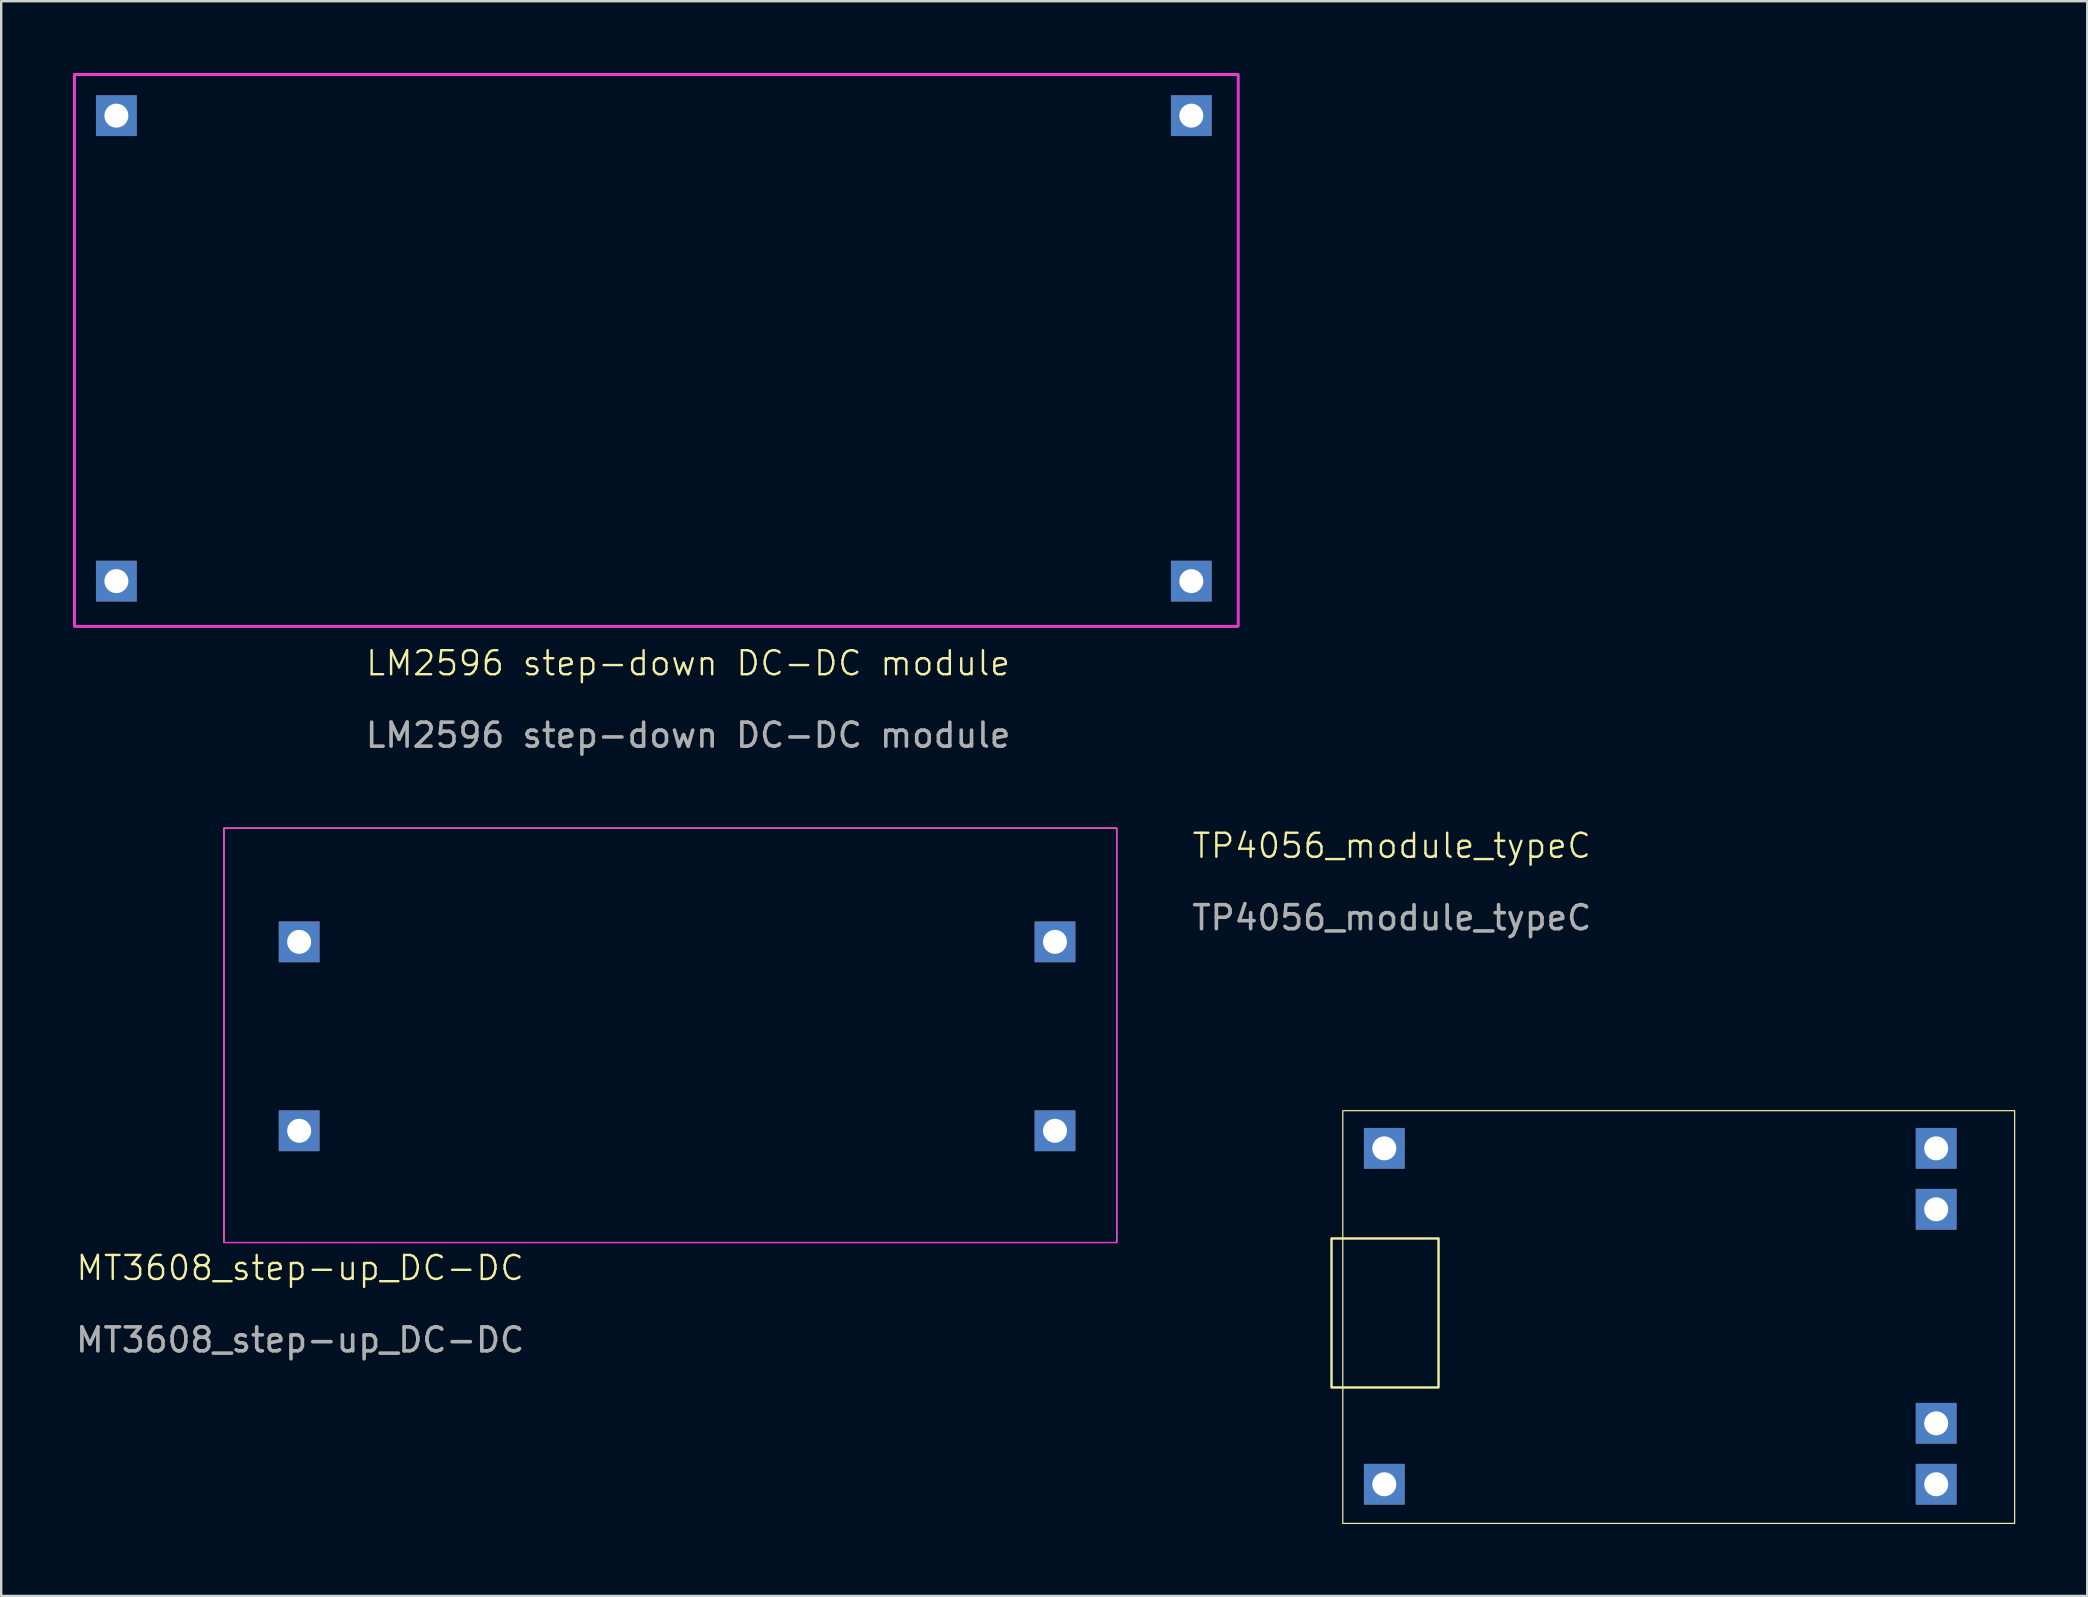
<source format=kicad_pcb>
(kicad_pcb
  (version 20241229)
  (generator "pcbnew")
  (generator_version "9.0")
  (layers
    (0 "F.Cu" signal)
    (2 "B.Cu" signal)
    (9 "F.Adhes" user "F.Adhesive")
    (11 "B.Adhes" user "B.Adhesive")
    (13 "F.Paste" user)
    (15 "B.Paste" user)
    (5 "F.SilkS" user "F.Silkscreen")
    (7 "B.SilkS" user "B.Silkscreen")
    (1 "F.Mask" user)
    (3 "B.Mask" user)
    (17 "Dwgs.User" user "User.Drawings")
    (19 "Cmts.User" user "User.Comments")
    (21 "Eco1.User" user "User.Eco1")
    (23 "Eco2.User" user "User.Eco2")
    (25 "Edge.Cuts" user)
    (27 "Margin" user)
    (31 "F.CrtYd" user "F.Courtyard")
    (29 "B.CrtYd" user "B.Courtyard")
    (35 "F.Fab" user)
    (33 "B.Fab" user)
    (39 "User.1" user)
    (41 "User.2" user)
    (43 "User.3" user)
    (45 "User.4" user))
  (footprint "TP4056_module_typeC"
    (layer "F.Cu")
    (at 54.643 44.809)
    (property "Reference" "TP4056_module_typeC" (at 0.31 -12.61 0) (unlocked yes) (layer "F.SilkS") (effects (font (size 1 1) (thickness 0.1))))
    (attr through_hole)
    (fp_rect (start -2.2 3.755) (end 2.26 9.965) (stroke (width 0.1) (type default)) (fill no) (layer "F.SilkS"))
    (fp_rect (start -1.73 -1.57) (end 26.27 15.63) (stroke (width 0.05) (type default)) (fill no) (layer "F.SilkS"))
    (fp_text user "${REFERENCE}" (at 0.31 -9.61 0) (unlocked yes) (layer "F.Fab") (effects (font (size 1 1) (thickness 0.15))))
    (pad "1" thru_hole rect (at 0 0) (size 1.7 1.7) (drill 1) (layers "*.Cu" "*.Mask"))
    (pad "2" thru_hole rect (at 0 14) (size 1.7 1.7) (drill 1) (layers "*.Cu" "*.Mask"))
    (pad "3" thru_hole rect (at 23 0) (size 1.7 1.7) (drill 1) (layers "*.Cu" "*.Mask"))
    (pad "4" thru_hole rect (at 23 14) (size 1.7 1.7) (drill 1) (layers "*.Cu" "*.Mask"))
    (pad "5" thru_hole rect (at 23 2.54) (size 1.7 1.7) (drill 1) (layers "*.Cu" "*.Mask"))
    (pad "6" thru_hole rect (at 23 11.46) (size 1.7 1.7) (drill 1) (layers "*.Cu" "*.Mask")))
  (footprint "MT3608_step-up_DC-DC"
    (layer "F.Cu")
    (at 9.418 36.203)
    (property "Reference" "MT3608_step-up_DC-DC" (at 0.04 13.59 0) (unlocked yes) (layer "F.SilkS") (effects (font (size 1 1) (thickness 0.1))))
    (attr through_hole)
    (fp_rect (start -3.135 -4.74) (end 34.075 12.532) (stroke (width 0.05) (type default)) (fill no) (layer "F.SilkS"))
    (fp_rect (start -3.135 -4.74) (end 34.075 12.532) (stroke (width 0.05) (type default)) (fill no) (layer "F.CrtYd"))
    (fp_text user "${REFERENCE}" (at 0.04 16.59 0) (unlocked yes) (layer "F.Fab") (effects (font (size 1 1) (thickness 0.15))))
    (pad "1" thru_hole rect (at 0 7.874) (size 1.7 1.7) (drill 1) (layers "*.Cu" "*.Mask"))
    (pad "2" thru_hole rect (at 0 0) (size 1.7 1.7) (drill 1) (layers "*.Cu" "*.Mask"))
    (pad "3" thru_hole rect (at 31.5 0) (size 1.7 1.7) (drill 1) (layers "*.Cu" "*.Mask"))
    (pad "4" thru_hole rect (at 31.5 7.874) (size 1.7 1.7) (drill 1) (layers "*.Cu" "*.Mask")))
  (footprint "LM2596 step-down DC-DC module"
    (layer "F.Cu")
    (at 1.8 1.77)
    (property "Reference" "LM2596 step-down DC-DC module" (at 23.83 22.82 0) (unlocked yes) (layer "F.SilkS") (effects (font (size 1 1) (thickness 0.1))))
    (attr through_hole)
    (fp_rect (start -1.75 -1.72) (end 46.75 21.28) (stroke (width 0.1) (type default)) (fill no) (layer "F.SilkS"))
    (fp_rect (start -1.75 -1.72) (end 46.75 21.28) (stroke (width 0.1) (type default)) (fill no) (layer "F.CrtYd"))
    (fp_text user "${REFERENCE}" (at 23.83 25.82 0) (unlocked yes) (layer "F.Fab") (effects (font (size 1 1) (thickness 0.15))))
    (pad "1" thru_hole rect (at 0 0) (size 1.7 1.7) (drill 1) (layers "*.Cu" "*.Mask"))
    (pad "2" thru_hole rect (at 0 19.4) (size 1.7 1.7) (drill 1) (layers "*.Cu" "*.Mask"))
    (pad "3" thru_hole rect (at 44.8 0) (size 1.7 1.7) (drill 1) (layers "*.Cu" "*.Mask"))
    (pad "4" thru_hole rect (at 44.8 19.4) (size 1.7 1.7) (drill 1) (layers "*.Cu" "*.Mask")))
  (gr_rect
    (start -3 -3)
    (end 83.938 63.464)
    (stroke (width 0.1) (type default))
    (fill no)
    (layer "Edge.Cuts")))
</source>
